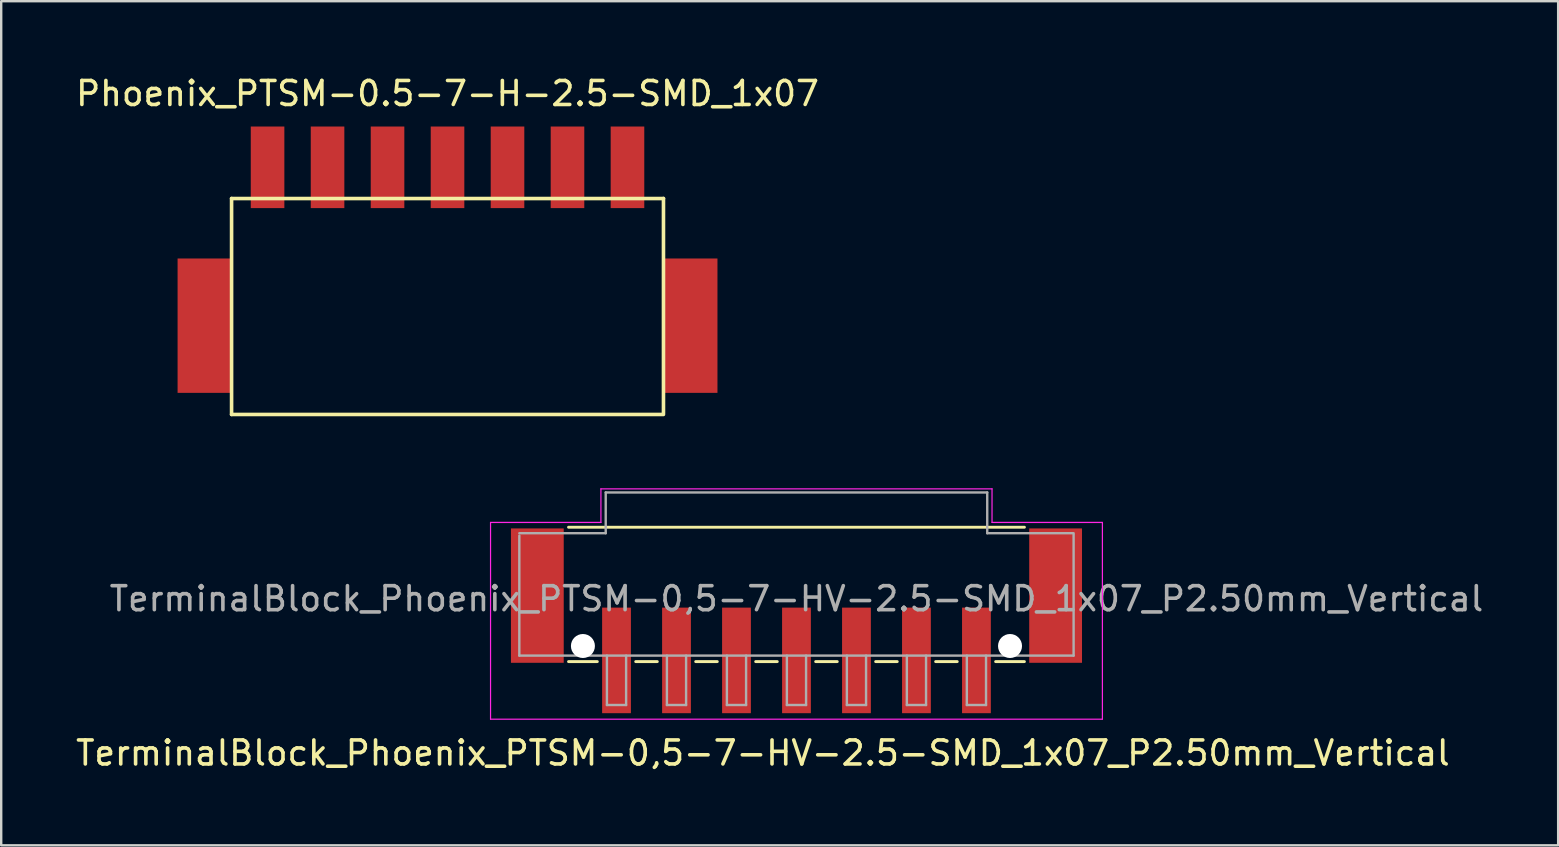
<source format=kicad_pcb>
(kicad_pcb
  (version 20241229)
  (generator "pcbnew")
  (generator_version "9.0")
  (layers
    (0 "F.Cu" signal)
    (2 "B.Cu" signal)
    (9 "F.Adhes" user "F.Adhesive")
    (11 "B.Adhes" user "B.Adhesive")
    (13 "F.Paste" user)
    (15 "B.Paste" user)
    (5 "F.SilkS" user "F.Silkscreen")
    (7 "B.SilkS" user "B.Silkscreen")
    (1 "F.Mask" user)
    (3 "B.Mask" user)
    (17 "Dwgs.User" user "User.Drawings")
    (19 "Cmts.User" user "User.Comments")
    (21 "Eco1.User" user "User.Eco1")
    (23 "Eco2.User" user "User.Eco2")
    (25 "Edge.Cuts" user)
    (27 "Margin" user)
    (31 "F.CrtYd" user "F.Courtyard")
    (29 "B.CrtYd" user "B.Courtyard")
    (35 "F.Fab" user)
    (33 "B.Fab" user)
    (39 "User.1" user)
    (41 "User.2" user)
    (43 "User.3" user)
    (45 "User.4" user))
  (footprint "Phoenix_PTSM-0.5-7-H-2.5-SMD_1x07"
    (layer "F.Cu")
    (at 15.601 3.923)
    (property "Reference" "Phoenix_PTSM-0.5-7-H-2.5-SMD_1x07" (at 0 -3.075 0) (layer "F.SilkS") (effects (font (size 1 1) (thickness 0.15))))
    (attr through_hole)
    (fp_line (start -9 1.3) (end -9 10.3) (stroke (width 0.15) (type solid)) (layer "F.SilkS"))
    (fp_line (start -9 1.3) (end 9 1.3) (stroke (width 0.15) (type solid)) (layer "F.SilkS"))
    (fp_line (start -9 10.3) (end 9 10.3) (stroke (width 0.15) (type solid)) (layer "F.SilkS"))
    (fp_line (start 9 1.3) (end 9 10.25) (stroke (width 0.15) (type solid)) (layer "F.SilkS"))
    (pad "" smd rect (at -10.1 6.6 180) (size 2.3 5.6) (layers "F.Cu" "F.Mask" "F.Paste"))
    (pad "" smd rect (at 10.1 6.6 180) (size 2.3 5.6) (layers "F.Cu" "F.Mask" "F.Paste"))
    (pad "1" smd rect (at -7.5 0 180) (size 1.4 3.4) (layers "F.Cu" "F.Mask" "F.Paste"))
    (pad "2" smd rect (at -5 0 180) (size 1.4 3.4) (layers "F.Cu" "F.Mask" "F.Paste"))
    (pad "3" smd rect (at -2.5 0 180) (size 1.4 3.4) (layers "F.Cu" "F.Mask" "F.Paste"))
    (pad "4" smd rect (at 0 0 180) (size 1.4 3.4) (layers "F.Cu" "F.Mask" "F.Paste"))
    (pad "5" smd rect (at 2.5 0 180) (size 1.4 3.4) (layers "F.Cu" "F.Mask" "F.Paste"))
    (pad "6" smd rect (at 5 0 180) (size 1.4 3.4) (layers "F.Cu" "F.Mask" "F.Paste"))
    (pad "7" smd rect (at 7.5 0 180) (size 1.4 3.4) (layers "F.Cu" "F.Mask" "F.Paste")))
  (footprint "TerminalBlock_Phoenix_PTSM-0,5-7-HV-2.5-SMD_1x07_P2.50mm_Vertical"
    (layer "F.Cu")
    (at 30.144 22.823)
    (property "Reference" "TerminalBlock_Phoenix_PTSM-0,5-7-HV-2.5-SMD_1x07_P2.50mm_Vertical" (at -1.4 5.51 0) (layer "F.SilkS") (effects (font (size 1 1) (thickness 0.15))))
    (attr smd)
    (fp_line (start -9.5 -3.9) (end 9.5 -3.9) (stroke (width 0.12) (type solid)) (layer "F.SilkS"))
    (fp_line (start -8.3 1.7) (end -9.5 1.7) (stroke (width 0.12) (type solid)) (layer "F.SilkS"))
    (fp_line (start -5.8 1.7) (end -6.7 1.7) (stroke (width 0.12) (type solid)) (layer "F.SilkS"))
    (fp_line (start -3.3 1.7) (end -4.2 1.7) (stroke (width 0.12) (type solid)) (layer "F.SilkS"))
    (fp_line (start -0.8 1.7) (end -1.7 1.7) (stroke (width 0.12) (type solid)) (layer "F.SilkS"))
    (fp_line (start 1.7 1.7) (end 0.8 1.7) (stroke (width 0.12) (type solid)) (layer "F.SilkS"))
    (fp_line (start 4.2 1.7) (end 3.3 1.7) (stroke (width 0.12) (type solid)) (layer "F.SilkS"))
    (fp_line (start 6.7 1.7) (end 5.8 1.7) (stroke (width 0.12) (type solid)) (layer "F.SilkS"))
    (fp_line (start 9.5 1.7) (end 8.3 1.7) (stroke (width 0.12) (type solid)) (layer "F.SilkS"))
    (fp_line (start -12.75 -4.1) (end -8.15 -4.1) (stroke (width 0.05) (type solid)) (layer "F.CrtYd"))
    (fp_line (start -12.75 4.1) (end -12.75 -4.1) (stroke (width 0.05) (type solid)) (layer "F.CrtYd"))
    (fp_line (start -8.15 -5.5) (end 8.15 -5.5) (stroke (width 0.05) (type solid)) (layer "F.CrtYd"))
    (fp_line (start -8.15 -4.1) (end -8.15 -5.5) (stroke (width 0.05) (type solid)) (layer "F.CrtYd"))
    (fp_line (start 8.15 -4.1) (end 8.15 -5.5) (stroke (width 0.05) (type solid)) (layer "F.CrtYd"))
    (fp_line (start 12.75 -4.1) (end 8.15 -4.1) (stroke (width 0.05) (type solid)) (layer "F.CrtYd"))
    (fp_line (start 12.75 -4.1) (end 12.75 4.1) (stroke (width 0.05) (type solid)) (layer "F.CrtYd"))
    (fp_line (start 12.75 4.1) (end -12.75 4.1) (stroke (width 0.05) (type solid)) (layer "F.CrtYd"))
    (fp_line (start -11.55 -3.65) (end -7.95 -3.65) (stroke (width 0.1) (type solid)) (layer "F.Fab"))
    (fp_line (start -11.55 1.45) (end -11.55 -3.55) (stroke (width 0.1) (type solid)) (layer "F.Fab"))
    (fp_line (start -7.95 -5.35) (end 7.95 -5.35) (stroke (width 0.1) (type solid)) (layer "F.Fab"))
    (fp_line (start -7.95 -3.65) (end -7.95 -5.35) (stroke (width 0.1) (type solid)) (layer "F.Fab"))
    (fp_line (start -7.9 1.45) (end -7.9 3.51) (stroke (width 0.1) (type solid)) (layer "F.Fab"))
    (fp_line (start -7.9 3.51) (end -7.1 3.51) (stroke (width 0.1) (type solid)) (layer "F.Fab"))
    (fp_line (start -7.1 1.45) (end -7.1 3.51) (stroke (width 0.1) (type solid)) (layer "F.Fab"))
    (fp_line (start -5.4 1.45) (end -5.4 3.51) (stroke (width 0.1) (type solid)) (layer "F.Fab"))
    (fp_line (start -5.4 3.51) (end -4.6 3.51) (stroke (width 0.1) (type solid)) (layer "F.Fab"))
    (fp_line (start -4.6 1.45) (end -4.6 3.51) (stroke (width 0.1) (type solid)) (layer "F.Fab"))
    (fp_line (start -2.9 1.45) (end -2.9 3.51) (stroke (width 0.1) (type solid)) (layer "F.Fab"))
    (fp_line (start -2.9 3.51) (end -2.1 3.51) (stroke (width 0.1) (type solid)) (layer "F.Fab"))
    (fp_line (start -2.1 1.45) (end -2.1 3.51) (stroke (width 0.1) (type solid)) (layer "F.Fab"))
    (fp_line (start -0.4 1.45) (end -0.4 3.51) (stroke (width 0.1) (type solid)) (layer "F.Fab"))
    (fp_line (start -0.4 3.51) (end 0.4 3.51) (stroke (width 0.1) (type solid)) (layer "F.Fab"))
    (fp_line (start 0.4 1.45) (end 0.4 3.51) (stroke (width 0.1) (type solid)) (layer "F.Fab"))
    (fp_line (start 2.1 1.45) (end 2.1 3.51) (stroke (width 0.1) (type solid)) (layer "F.Fab"))
    (fp_line (start 2.1 3.51) (end 2.9 3.51) (stroke (width 0.1) (type solid)) (layer "F.Fab"))
    (fp_line (start 2.9 1.45) (end 2.9 3.51) (stroke (width 0.1) (type solid)) (layer "F.Fab"))
    (fp_line (start 4.6 1.45) (end 4.6 3.51) (stroke (width 0.1) (type solid)) (layer "F.Fab"))
    (fp_line (start 4.6 3.51) (end 5.4 3.51) (stroke (width 0.1) (type solid)) (layer "F.Fab"))
    (fp_line (start 5.4 1.45) (end 5.4 3.51) (stroke (width 0.1) (type solid)) (layer "F.Fab"))
    (fp_line (start 7.1 1.45) (end 7.1 3.51) (stroke (width 0.1) (type solid)) (layer "F.Fab"))
    (fp_line (start 7.1 3.51) (end 7.9 3.51) (stroke (width 0.1) (type solid)) (layer "F.Fab"))
    (fp_line (start 7.9 1.45) (end 7.9 3.51) (stroke (width 0.1) (type solid)) (layer "F.Fab"))
    (fp_line (start 7.95 -5.35) (end 7.95 -3.65) (stroke (width 0.1) (type solid)) (layer "F.Fab"))
    (fp_line (start 7.95 -3.65) (end 11.55 -3.65) (stroke (width 0.1) (type solid)) (layer "F.Fab"))
    (fp_line (start 11.55 1.45) (end -11.55 1.45) (stroke (width 0.1) (type solid)) (layer "F.Fab"))
    (fp_line (start 11.55 1.45) (end 11.55 -3.6) (stroke (width 0.1) (type solid)) (layer "F.Fab"))
    (fp_text user "${REFERENCE}" (at 0 -0.92 0) (layer "F.Fab") (effects (font (size 1 1) (thickness 0.15))))
    (pad "" smd rect (at -10.8 -1.05 180) (size 2.2 5.6) (layers "F.Cu" "F.Mask" "F.Paste"))
    (pad "" np_thru_hole circle (at -8.9 1.05) (size 1 1) (drill 1) (layers "*.Cu" "*.Mask"))
    (pad "" np_thru_hole circle (at 8.9 1.05) (size 1 1) (drill 1) (layers "*.Cu" "*.Mask"))
    (pad "" smd rect (at 10.8 -1.05 180) (size 2.2 5.6) (layers "F.Cu" "F.Mask" "F.Paste"))
    (pad "1" smd rect (at -7.5 1.65 180) (size 1.2 4.4) (layers "F.Cu" "F.Mask" "F.Paste"))
    (pad "2" smd rect (at -5 1.65 180) (size 1.2 4.4) (layers "F.Cu" "F.Mask" "F.Paste"))
    (pad "3" smd rect (at -2.5 1.65 180) (size 1.2 4.4) (layers "F.Cu" "F.Mask" "F.Paste"))
    (pad "4" smd rect (at 0 1.65 180) (size 1.2 4.4) (layers "F.Cu" "F.Mask" "F.Paste"))
    (pad "5" smd rect (at 2.5 1.65 180) (size 1.2 4.4) (layers "F.Cu" "F.Mask" "F.Paste"))
    (pad "6" smd rect (at 5 1.65 180) (size 1.2 4.4) (layers "F.Cu" "F.Mask" "F.Paste"))
    (pad "7" smd rect (at 7.5 1.65 180) (size 1.2 4.4) (layers "F.Cu" "F.Mask" "F.Paste")))
  (gr_rect
    (start -3 -3)
    (end 61.888 32.181)
    (stroke (width 0.1) (type default))
    (fill no)
    (layer "Edge.Cuts")))
</source>
